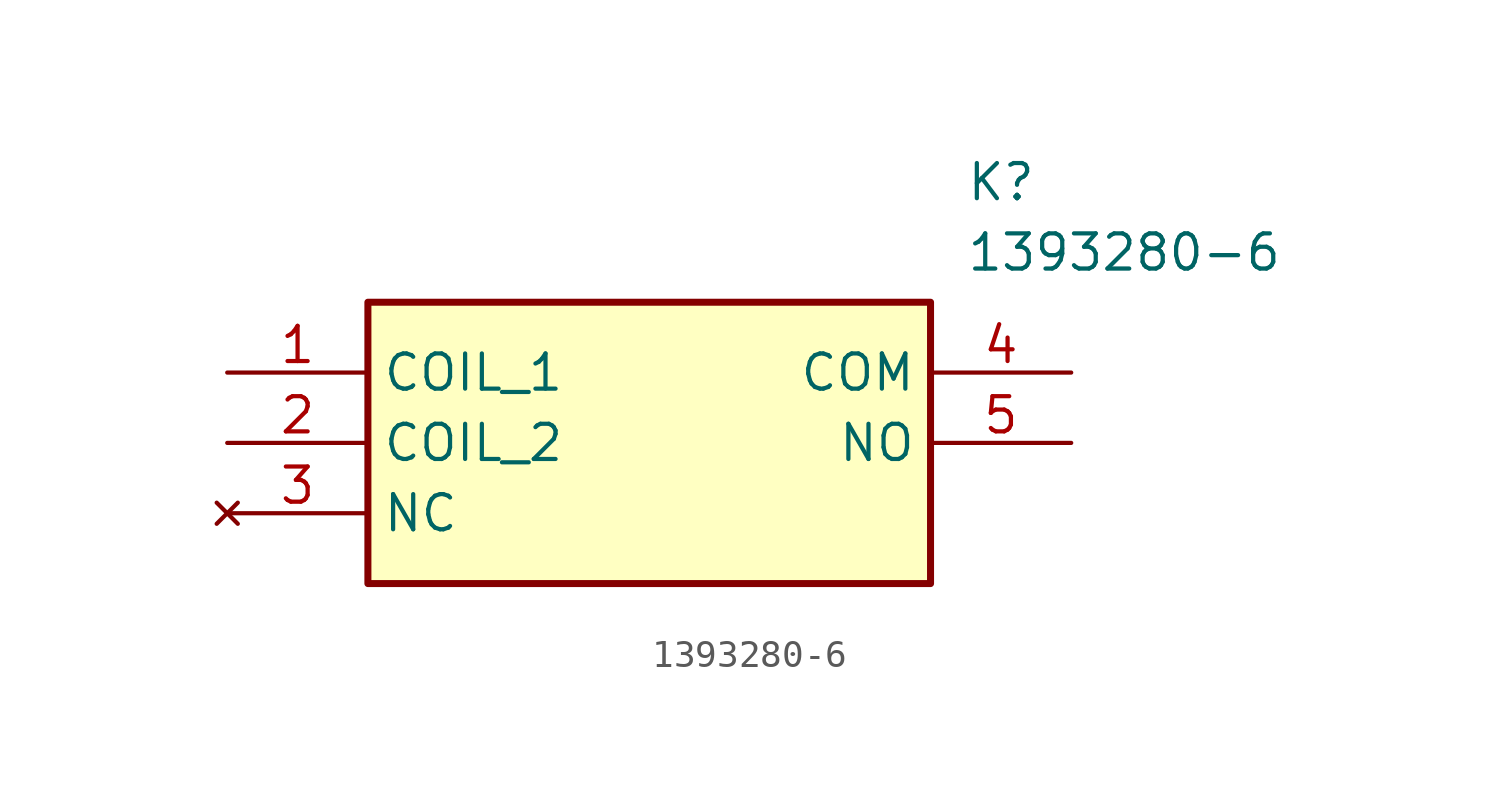
<source format=kicad_sym>
(kicad_symbol_lib
  (version 20211014)
  (generator SamacSys_ECAD_Model)
  (symbol "1393280-6"
    (property "Reference" "K"
      (at 26.67 7.62 0)
      (effects (font (size 1.27 1.27)) (justify left top)))
    (property "Value" "1393280-6"
      (at 26.67 5.08 0)
      (effects (font (size 1.27 1.27)) (justify left top)))
    (rectangle
      (start 5.08 2.54)
      (end 25.4 -7.62)
      (stroke (width 0.254) (type default))
      (fill (type background)))
    (pin passive line
      (at 0 0 0)
      (length 5.08)
      (name "COIL_1" (effects (font (size 1.27 1.27))))
      (number "1" (effects (font (size 1.27 1.27)))))
    (pin passive line
      (at 0 -2.54 0)
      (length 5.08)
      (name "COIL_2" (effects (font (size 1.27 1.27))))
      (number "2" (effects (font (size 1.27 1.27)))))
    (pin no_connect line
      (at 0 -5.08 0)
      (length 5.08)
      (name "NC" (effects (font (size 1.27 1.27))))
      (number "3" (effects (font (size 1.27 1.27)))))
    (pin passive line
      (at 30.48 0 180)
      (length 5.08)
      (name "COM" (effects (font (size 1.27 1.27))))
      (number "4" (effects (font (size 1.27 1.27)))))
    (pin passive line
      (at 30.48 -2.54 180)
      (length 5.08)
      (name "NO" (effects (font (size 1.27 1.27))))
      (number "5" (effects (font (size 1.27 1.27)))))))
</source>
